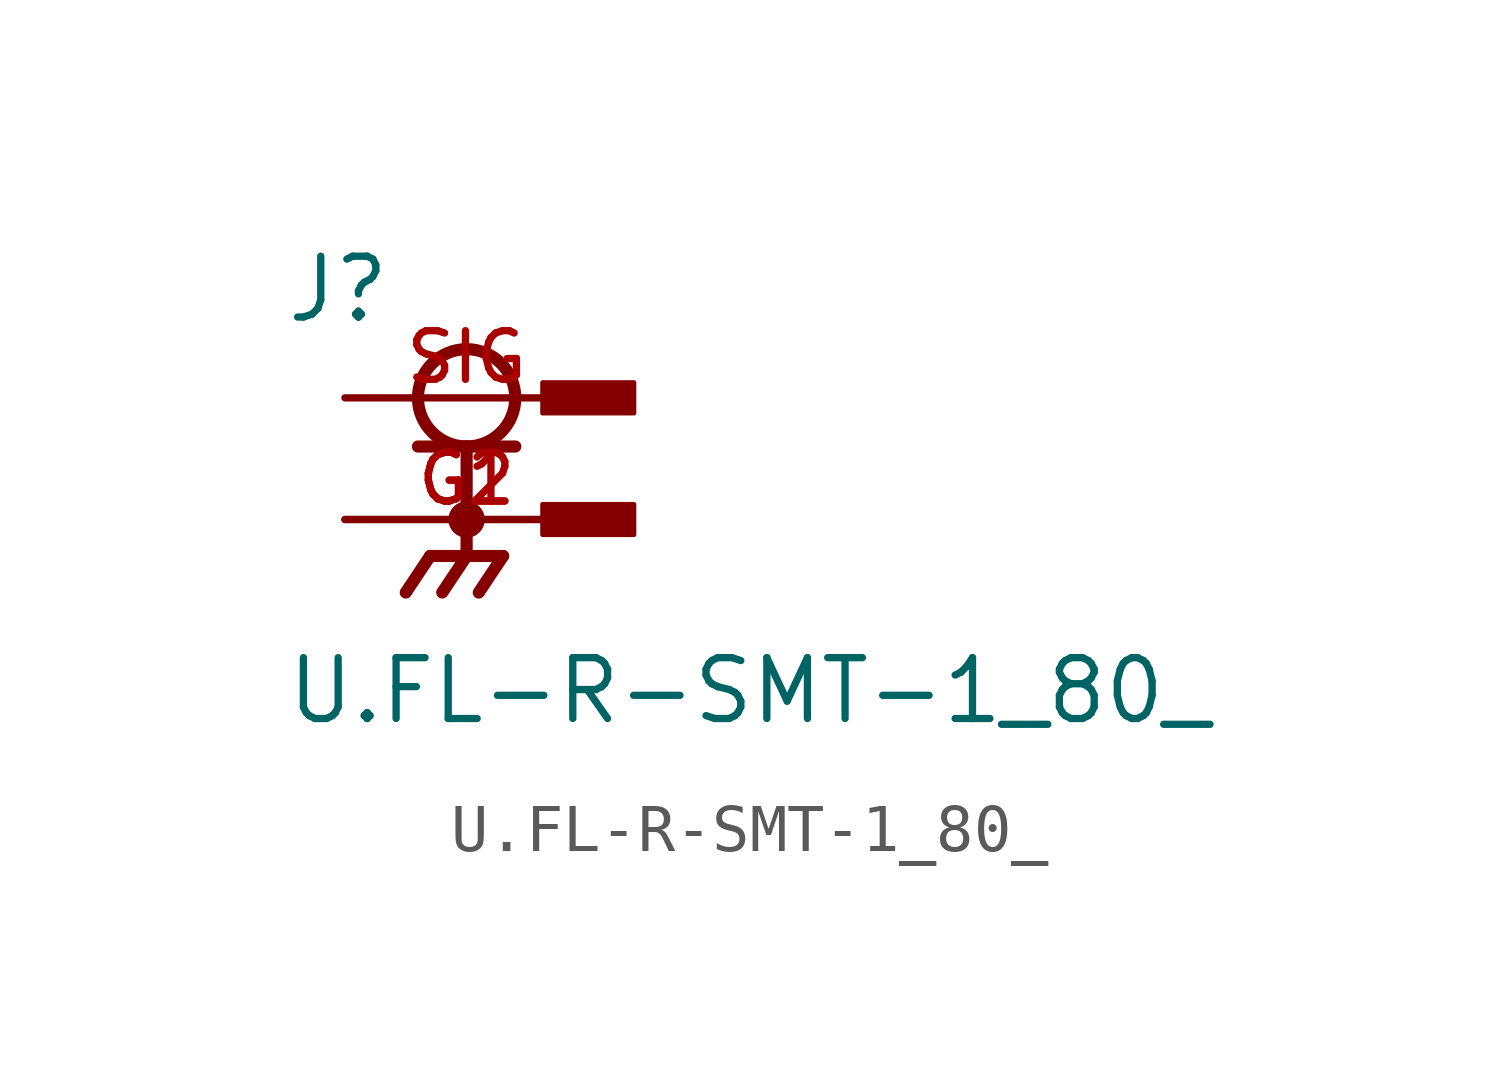
<source format=kicad_sym>
(kicad_symbol_lib
  (version 20211014)
  (generator kicad_symbol_editor)
  (symbol "U.FL-R-SMT-1_80_"
    (pin_names
      (offset 1.016))
    (property "Reference" "J"
      (at -3.81 1.524 0)
      (effects (font (size 1.27 1.27)) (justify bottom left)))
    (property "Value" "U.FL-R-SMT-1_80_"
      (at -3.81 -6.858 0)
      (effects (font (size 1.27 1.27)) (justify bottom left)))
    (symbol "U.FL-R-SMT-1_80__0_0"
      (circle (center 0.0 0.0) (radius 1.016) (stroke (width 0.254)) (fill (type none)))
      (polyline (pts (xy -1.016 -1.016) (xy 0.0 -1.016)) (stroke (width 0.254)))
      (polyline (pts (xy 0.0 -1.016) (xy 1.016 -1.016)) (stroke (width 0.254)))
      (polyline (pts (xy 0.0 -1.016) (xy 0.0 -3.302)) (stroke (width 0.254)))
      (circle (center 0.0 -2.54) (radius 0.254) (stroke (width 0.254)) (fill (type none)))
      (polyline (pts (xy 0.0 -3.302) (xy -0.762 -3.302)) (stroke (width 0.254)))
      (polyline (pts (xy 0.0 -3.302) (xy 0.762 -3.302)) (stroke (width 0.254)))
      (polyline (pts (xy -0.762 -3.302) (xy -1.27 -4.064)) (stroke (width 0.254)))
      (polyline (pts (xy 0.0 -3.302) (xy -0.508 -4.064)) (stroke (width 0.254)))
      (polyline (pts (xy 0.762 -3.302) (xy 0.254 -4.064)) (stroke (width 0.254)))
      (rectangle (start 1.587 -0.318) (end 3.493 0.318) (stroke (width 0.1)) (fill (type outline)))
      (rectangle (start 1.587 -2.857) (end 3.493 -2.223) (stroke (width 0.1)) (fill (type outline)))
      (pin passive line (at -2.54 0.0 0) (length 5.08) (name "~" (effects (font (size 1.016 1.016)))) (number "SIG" (effects (font (size 1.016 1.016)))))
      (pin passive line (at -2.54 -2.54 0) (length 5.08) (name "~" (effects (font (size 1.016 1.016)))) (number "G1" (effects (font (size 1.016 1.016)))))
      (pin passive line (at -2.54 -2.54 0) (length 5.08) (name "~" (effects (font (size 1.016 1.016)))) (number "G2" (effects (font (size 1.016 1.016))))))))
</source>
